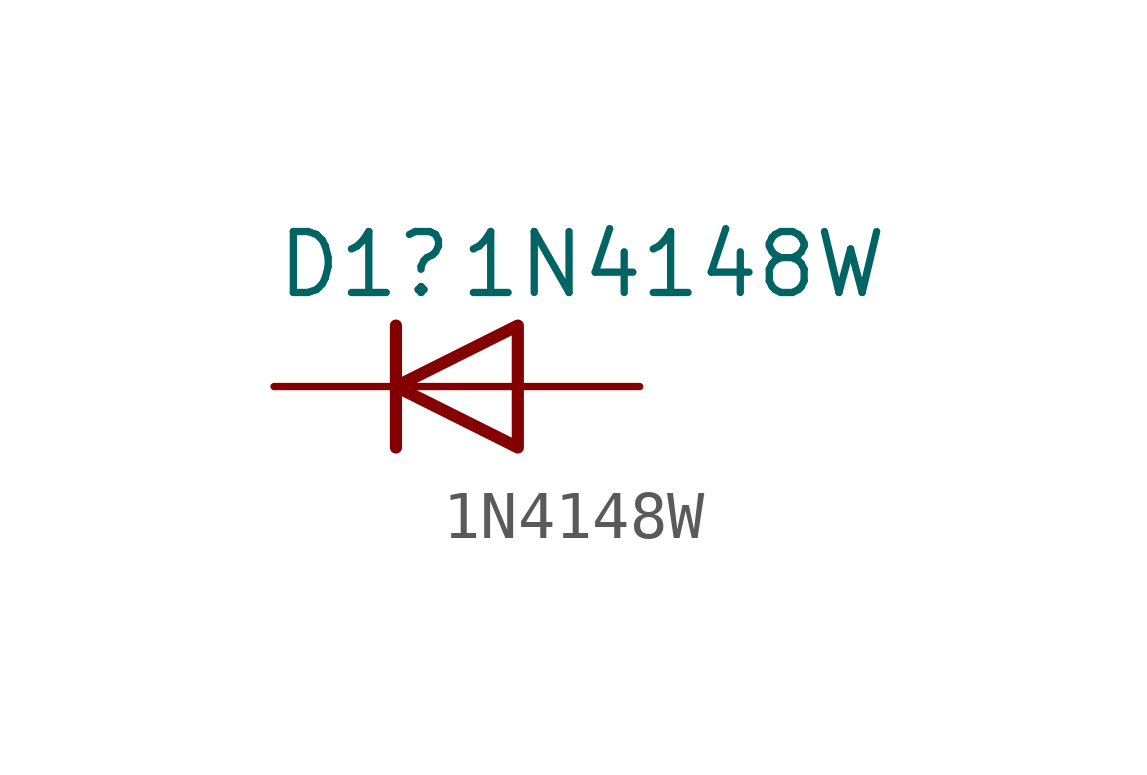
<source format=kicad_sym>
(kicad_symbol_lib
  (version 20220914)
  (generator kicad_symbol_editor)
  (symbol "1N4148W"
    (pin_numbers hide)
    (pin_names hide)
    (property "Reference" "D1"
      (at -3.81 2.54 0)
      (effects (font (size 1.27 1.27)) (justify left)))
    (property "Value" "1N4148W"
      (at 0 2.54 0)
      (effects (font (size 1.27 1.27)) (justify left)))
    (property "Distributeur" ""
      (at 0 0 0)
      (effects (font (size 1.27 1.27))))
    (property "Distriref" ""
      (at 0 0 0)
      (effects (font (size 1.27 1.27))))
    (symbol "1N4148W_0_1"
      (polyline (pts (xy -1.27 1.27) (xy -1.27 -1.27)) (stroke (width 0.254) (type default)) (fill (type none)))
      (polyline (pts (xy 1.27 0) (xy -1.27 0)) (stroke (width 0) (type default)) (fill (type none)))
      (polyline (pts (xy 1.27 1.27) (xy 1.27 -1.27) (xy -1.27 0) (xy 1.27 1.27)) (stroke (width 0.254) (type default)) (fill (type none))))
    (symbol "1N4148W_1_1"
      (pin passive line (at -3.81 0 0) (length 2.54) (name "K" (effects (font (size 1.27 1.27)))) (number "1" (effects (font (size 1.27 1.27)))))
      (pin passive line (at 3.81 0 180) (length 2.54) (name "A" (effects (font (size 1.27 1.27)))) (number "2" (effects (font (size 1.27 1.27))))))))
</source>
